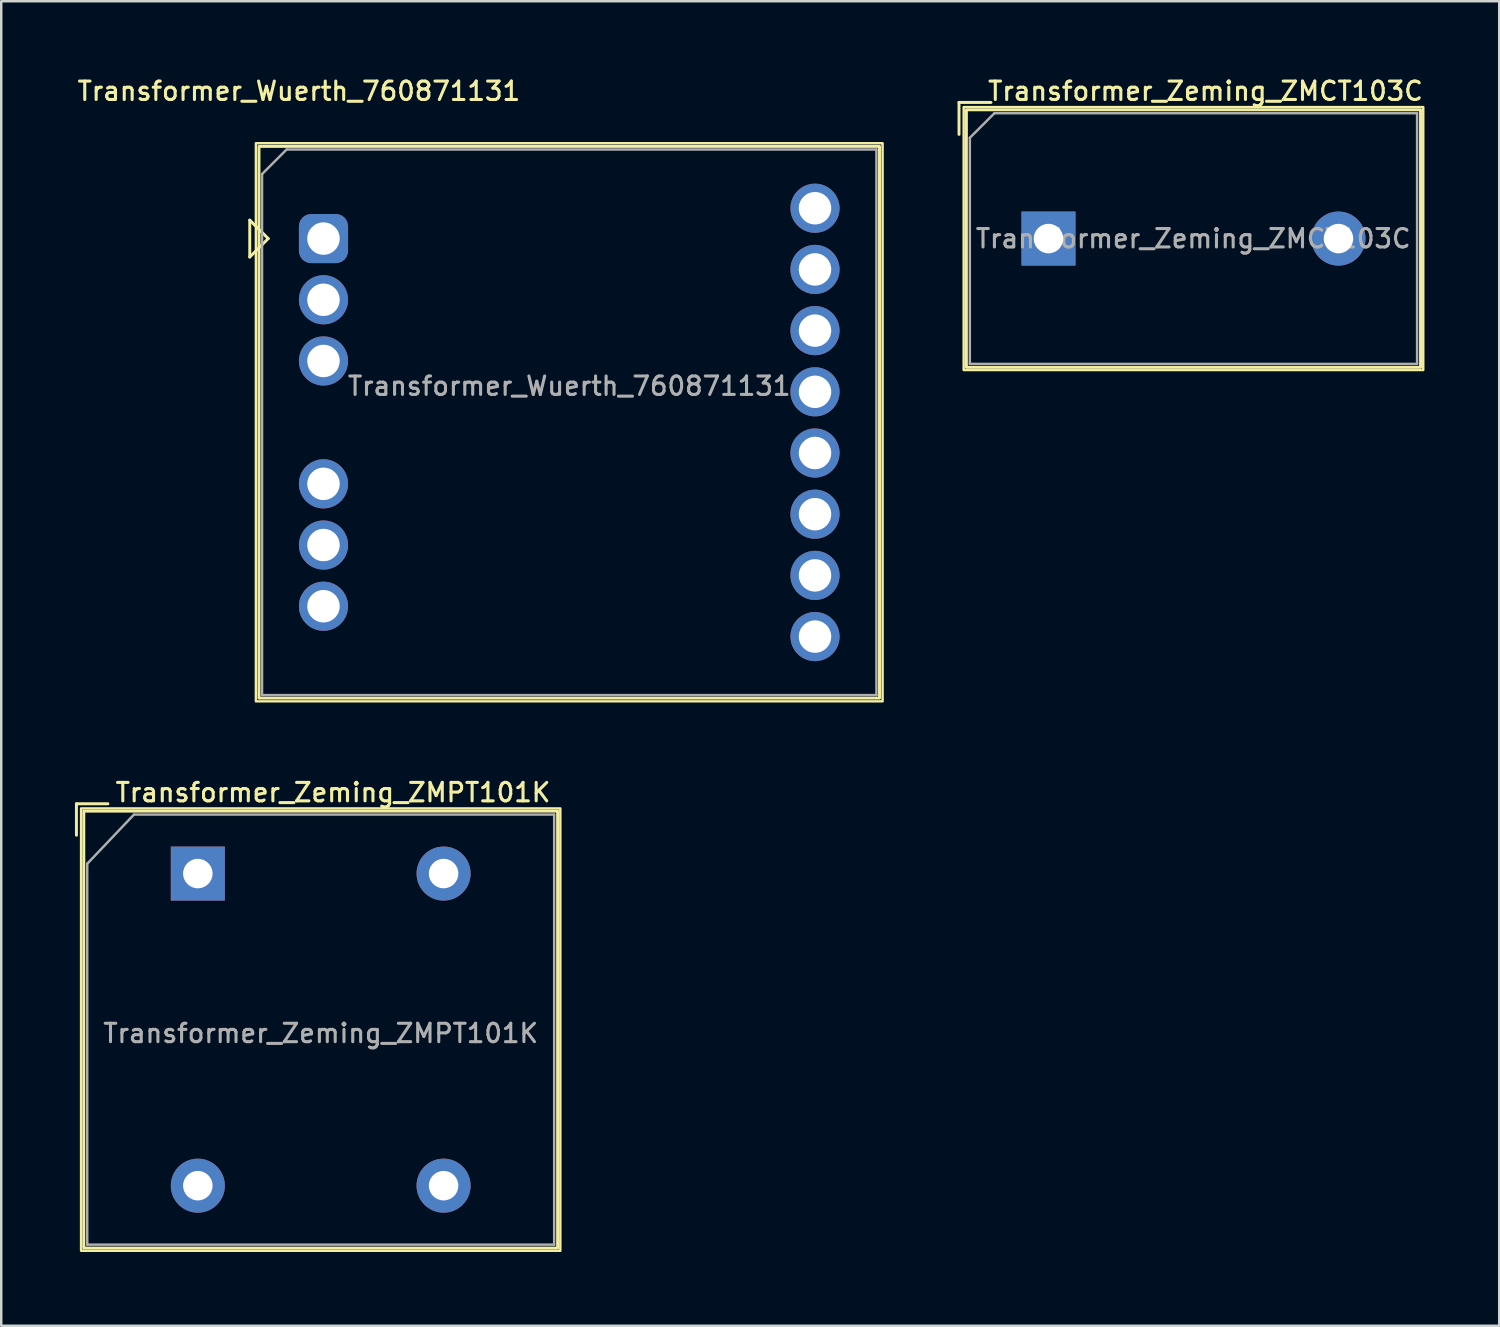
<source format=kicad_pcb>
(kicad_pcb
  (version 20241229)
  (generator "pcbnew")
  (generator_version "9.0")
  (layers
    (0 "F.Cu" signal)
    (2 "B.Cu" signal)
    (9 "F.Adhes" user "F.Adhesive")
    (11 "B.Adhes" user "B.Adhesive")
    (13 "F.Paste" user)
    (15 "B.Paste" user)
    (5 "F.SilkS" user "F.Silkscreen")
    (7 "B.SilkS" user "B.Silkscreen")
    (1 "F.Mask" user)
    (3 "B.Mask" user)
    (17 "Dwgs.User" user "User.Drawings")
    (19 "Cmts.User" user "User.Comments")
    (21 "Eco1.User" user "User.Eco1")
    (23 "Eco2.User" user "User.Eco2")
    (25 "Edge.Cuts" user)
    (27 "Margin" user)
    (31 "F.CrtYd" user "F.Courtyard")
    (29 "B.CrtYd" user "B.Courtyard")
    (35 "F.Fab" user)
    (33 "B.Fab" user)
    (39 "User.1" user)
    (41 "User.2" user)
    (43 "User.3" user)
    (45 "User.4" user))
  (footprint "Transformer_Zeming_ZMCT103C"
    (layer "F.Cu")
    (at 39.613 6.658)
    (property "Reference" "Transformer_Zeming_ZMCT103C" (at 6.39 -6 0) (layer "F.SilkS") (effects (font (size 0.75 0.75) (thickness 0.125))))
    (attr through_hole)
    (fp_line (start -3.64 -5.54) (end -2.34 -5.54) (stroke (width 0.12) (type default)) (layer "F.SilkS"))
    (fp_line (start -3.64 -4.24) (end -3.64 -5.54) (stroke (width 0.12) (type default)) (layer "F.SilkS"))
    (fp_rect (start -3.45 -5.35) (end 15.25 5.35) (stroke (width 0.1) (type default)) (fill no) (layer "F.SilkS"))
    (fp_rect (start -3.34 -5.24) (end 15.14 5.24) (stroke (width 0.12) (type default)) (fill no) (layer "F.SilkS"))
    (fp_line (start -3.2 -4.1) (end -2.2 -5.1) (stroke (width 0.1) (type default)) (layer "F.Fab"))
    (fp_line (start -3.2 5.1) (end -3.2 -4.1) (stroke (width 0.1) (type default)) (layer "F.Fab"))
    (fp_line (start -2.2 -5.1) (end 15 -5.1) (stroke (width 0.1) (type default)) (layer "F.Fab"))
    (fp_line (start 15 -5.1) (end 15 5.1) (stroke (width 0.1) (type default)) (layer "F.Fab"))
    (fp_line (start 15 5.1) (end -3.2 5.1) (stroke (width 0.1) (type default)) (layer "F.Fab"))
    (fp_text user "${REFERENCE}" (at 5.89 0 0) (layer "F.Fab") (effects (font (size 0.75 0.75) (thickness 0.125))))
    (pad "1" thru_hole rect (at 0 0) (size 2.2 2.2) (drill 1.2) (layers "*.Cu" "*.Mask"))
    (pad "2" thru_hole circle (at 11.8 0) (size 2.2 2.2) (drill 1.2) (layers "*.Cu" "*.Mask")))
  (footprint "Transformer_Wuerth_760871131"
    (layer "F.Cu")
    (at 10.113 6.658)
    (property "Reference" "Transformer_Wuerth_760871131" (at -1 -6 0) (unlocked yes) (layer "F.SilkS") (effects (font (size 0.75 0.75) (thickness 0.125))))
    (attr through_hole)
    (fp_line (start -3 -0.75) (end -3 0.75) (stroke (width 0.12) (type solid)) (layer "F.SilkS"))
    (fp_line (start -3 -0.75) (end -2.25 0) (stroke (width 0.12) (type solid)) (layer "F.SilkS"))
    (fp_line (start -3 0.75) (end -2.25 0) (stroke (width 0.12) (type solid)) (layer "F.SilkS"))
    (fp_rect (start -2.75 -3.88) (end 22.75 18.83) (stroke (width 0.1) (type solid)) (fill no) (layer "F.SilkS"))
    (fp_rect (start -2.625 -3.75) (end 22.625 18.7) (stroke (width 0.12) (type solid)) (fill no) (layer "F.SilkS"))
    (fp_line (start -2.5 18.575) (end -2.5 -2.625) (stroke (width 0.1) (type solid)) (layer "F.Fab"))
    (fp_line (start -1.5 -3.625) (end -2.5 -2.625) (stroke (width 0.1) (type solid)) (layer "F.Fab"))
    (fp_line (start -1.5 -3.625) (end 22.5 -3.625) (stroke (width 0.1) (type solid)) (layer "F.Fab"))
    (fp_line (start 22.5 -3.625) (end 22.5 18.575) (stroke (width 0.1) (type solid)) (layer "F.Fab"))
    (fp_line (start 22.5 18.575) (end -2.5 18.575) (stroke (width 0.1) (type solid)) (layer "F.Fab"))
    (fp_text user "${REFERENCE}" (at 10 6 0) (unlocked yes) (layer "F.Fab") (effects (font (size 0.75 0.75) (thickness 0.125))))
    (pad "1" thru_hole roundrect (at 0 0) (size 2 2) (drill 1.32) (layers "*.Cu" "*.Mask") (roundrect_rratio 0.25))
    (pad "2" thru_hole circle (at 0 2.49) (size 2 2) (drill 1.32) (layers "*.Cu" "*.Mask"))
    (pad "3" thru_hole circle (at 0 4.98) (size 2 2) (drill 1.32) (layers "*.Cu" "*.Mask"))
    (pad "4" thru_hole circle (at 0 9.98) (size 2 2) (drill 1.32) (layers "*.Cu" "*.Mask"))
    (pad "5" thru_hole circle (at 0 12.47) (size 2 2) (drill 1.32) (layers "*.Cu" "*.Mask"))
    (pad "6" thru_hole circle (at 0 14.96) (size 2 2) (drill 1.32) (layers "*.Cu" "*.Mask"))
    (pad "7" thru_hole circle (at 20 16.195) (size 2 2) (drill 1.32) (layers "*.Cu" "*.Mask"))
    (pad "8" thru_hole circle (at 20 13.705) (size 2 2) (drill 1.32) (layers "*.Cu" "*.Mask"))
    (pad "9" thru_hole circle (at 20 11.215) (size 2 2) (drill 1.32) (layers "*.Cu" "*.Mask"))
    (pad "10" thru_hole circle (at 20 8.725) (size 2 2) (drill 1.32) (layers "*.Cu" "*.Mask"))
    (pad "11" thru_hole circle (at 20 6.235) (size 2 2) (drill 1.32) (layers "*.Cu" "*.Mask"))
    (pad "12" thru_hole circle (at 20 3.745) (size 2 2) (drill 1.32) (layers "*.Cu" "*.Mask"))
    (pad "13" thru_hole circle (at 20 1.255) (size 2 2) (drill 1.32) (layers "*.Cu" "*.Mask"))
    (pad "14" thru_hole circle (at 20 -1.235) (size 2 2) (drill 1.32) (layers "*.Cu" "*.Mask")))
  (footprint "Transformer_Zeming_ZMPT101K"
    (layer "F.Cu")
    (at 5 32.496)
    (property "Reference" "Transformer_Zeming_ZMPT101K" (at 5.5 -3.3 0) (layer "F.SilkS") (effects (font (size 0.75 0.75) (thickness 0.125))))
    (attr through_hole)
    (fp_line (start -4.94 -2.84) (end -3.66 -2.84) (stroke (width 0.12) (type default)) (layer "F.SilkS"))
    (fp_line (start -4.94 -1.56) (end -4.94 -2.84) (stroke (width 0.12) (type default)) (layer "F.SilkS"))
    (fp_rect (start -4.75 -2.65) (end 14.75 15.35) (stroke (width 0.1) (type default)) (fill no) (layer "F.SilkS"))
    (fp_rect (start -4.64 -2.54) (end 14.64 15.24) (stroke (width 0.12) (type default)) (fill no) (layer "F.SilkS"))
    (fp_line (start -4.5 -0.4) (end -2.6 -2.4) (stroke (width 0.1) (type default)) (layer "F.Fab"))
    (fp_line (start -4.5 15.1) (end -4.5 -0.4) (stroke (width 0.1) (type default)) (layer "F.Fab"))
    (fp_line (start -2.6 -2.4) (end 14.5 -2.4) (stroke (width 0.1) (type default)) (layer "F.Fab"))
    (fp_line (start 14.5 -2.4) (end 14.5 15.1) (stroke (width 0.1) (type default)) (layer "F.Fab"))
    (fp_line (start 14.5 15.1) (end -4.5 15.1) (stroke (width 0.1) (type default)) (layer "F.Fab"))
    (fp_text user "${REFERENCE}" (at 5 6.5 0) (layer "F.Fab") (effects (font (size 0.75 0.75) (thickness 0.125))))
    (pad "1" thru_hole rect (at 0 0) (size 2.2 2.2) (drill 1.2) (layers "*.Cu" "*.Mask"))
    (pad "2" thru_hole circle (at 0 12.7) (size 2.2 2.2) (drill 1.2) (layers "*.Cu" "*.Mask"))
    (pad "3" thru_hole circle (at 10 12.7) (size 2.2 2.2) (drill 1.2) (layers "*.Cu" "*.Mask"))
    (pad "4" thru_hole circle (at 10 0) (size 2.2 2.2) (drill 1.2) (layers "*.Cu" "*.Mask")))
  (gr_rect
    (start -3 -3)
    (end 57.954 50.896)
    (stroke (width 0.1) (type default))
    (fill no)
    (layer "Edge.Cuts")))
</source>
